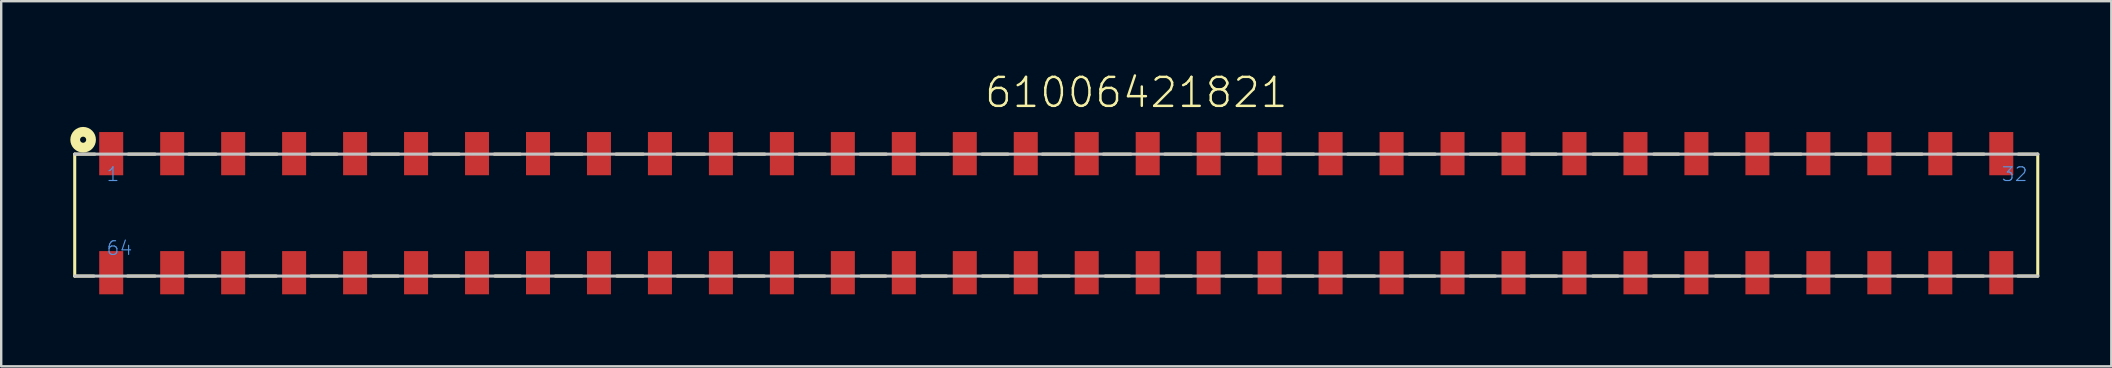
<source format=kicad_pcb>
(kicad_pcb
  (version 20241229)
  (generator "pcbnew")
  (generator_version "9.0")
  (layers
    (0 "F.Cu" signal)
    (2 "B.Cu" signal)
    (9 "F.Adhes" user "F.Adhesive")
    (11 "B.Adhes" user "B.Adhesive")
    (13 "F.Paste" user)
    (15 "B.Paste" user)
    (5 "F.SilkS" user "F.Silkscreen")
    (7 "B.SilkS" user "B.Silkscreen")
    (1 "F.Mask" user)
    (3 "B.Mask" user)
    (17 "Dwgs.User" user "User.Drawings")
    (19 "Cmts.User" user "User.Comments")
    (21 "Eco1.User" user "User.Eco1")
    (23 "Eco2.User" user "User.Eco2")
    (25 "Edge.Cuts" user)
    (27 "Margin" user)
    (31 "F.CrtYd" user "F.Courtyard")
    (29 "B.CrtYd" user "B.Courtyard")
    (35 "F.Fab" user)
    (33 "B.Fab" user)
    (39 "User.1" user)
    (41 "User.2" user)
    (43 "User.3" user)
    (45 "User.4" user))
  (footprint "61006421821"
    (layer "F.Cu")
    (at 40.953 5.831)
    (property "Reference" "61006421821" (at -3.05 -4.32 0) (layer "F.SilkS") (effects (font (size 1.206 1.206) (thickness 0.102)) (justify left bottom)))
    (attr through_hole)
    (fp_line (start -40.89 -2.46) (end -40.89 2.62) (stroke (width 0.127) (type solid)) (layer "F.SilkS"))
    (fp_line (start -40.09 2.62) (end -40.89 2.62) (stroke (width 0.127) (type solid)) (layer "F.SilkS"))
    (fp_line (start -40.05 -2.46) (end -40.89 -2.46) (stroke (width 0.127) (type solid)) (layer "F.SilkS"))
    (fp_line (start -38.69 2.62) (end -37.54 2.62) (stroke (width 0.127) (type solid)) (layer "F.SilkS"))
    (fp_line (start -38.66 -2.46) (end -37.54 -2.46) (stroke (width 0.127) (type solid)) (layer "F.SilkS"))
    (fp_line (start -36.14 -2.46) (end -35 -2.46) (stroke (width 0.127) (type solid)) (layer "F.SilkS"))
    (fp_line (start -36.13 2.62) (end -35.01 2.62) (stroke (width 0.127) (type solid)) (layer "F.SilkS"))
    (fp_line (start -33.6 2.62) (end -32.49 2.62) (stroke (width 0.127) (type solid)) (layer "F.SilkS"))
    (fp_line (start -33.57 -2.46) (end -32.46 -2.46) (stroke (width 0.127) (type solid)) (layer "F.SilkS"))
    (fp_line (start -31.05 2.62) (end -29.94 2.62) (stroke (width 0.127) (type solid)) (layer "F.SilkS"))
    (fp_line (start -31.01 -2.46) (end -29.96 -2.46) (stroke (width 0.127) (type solid)) (layer "F.SilkS"))
    (fp_line (start -28.52 -2.46) (end -27.39 -2.46) (stroke (width 0.127) (type solid)) (layer "F.SilkS"))
    (fp_line (start -28.47 2.62) (end -27.41 2.62) (stroke (width 0.127) (type solid)) (layer "F.SilkS"))
    (fp_line (start -25.96 -2.46) (end -24.87 -2.46) (stroke (width 0.127) (type solid)) (layer "F.SilkS"))
    (fp_line (start -25.94 2.62) (end -24.88 2.62) (stroke (width 0.127) (type solid)) (layer "F.SilkS"))
    (fp_line (start -23.41 -2.46) (end -22.33 -2.46) (stroke (width 0.127) (type solid)) (layer "F.SilkS"))
    (fp_line (start -23.38 2.62) (end -22.32 2.62) (stroke (width 0.127) (type solid)) (layer "F.SilkS"))
    (fp_line (start -20.88 -2.46) (end -19.75 -2.46) (stroke (width 0.127) (type solid)) (layer "F.SilkS"))
    (fp_line (start -20.87 2.62) (end -19.76 2.62) (stroke (width 0.127) (type solid)) (layer "F.SilkS"))
    (fp_line (start -18.34 -2.46) (end -17.2 -2.46) (stroke (width 0.127) (type solid)) (layer "F.SilkS"))
    (fp_line (start -18.31 2.62) (end -17.21 2.62) (stroke (width 0.127) (type solid)) (layer "F.SilkS"))
    (fp_line (start -15.81 -2.46) (end -14.65 -2.46) (stroke (width 0.127) (type solid)) (layer "F.SilkS"))
    (fp_line (start -15.79 2.62) (end -14.68 2.62) (stroke (width 0.127) (type solid)) (layer "F.SilkS"))
    (fp_line (start -13.25 -2.46) (end -12.14 -2.46) (stroke (width 0.127) (type solid)) (layer "F.SilkS"))
    (fp_line (start -13.24 2.62) (end -12.16 2.62) (stroke (width 0.127) (type solid)) (layer "F.SilkS"))
    (fp_line (start -10.72 -2.46) (end -9.61 -2.46) (stroke (width 0.127) (type solid)) (layer "F.SilkS"))
    (fp_line (start -10.69 2.62) (end -9.64 2.62) (stroke (width 0.127) (type solid)) (layer "F.SilkS"))
    (fp_line (start -8.17 -2.46) (end -7.08 -2.46) (stroke (width 0.127) (type solid)) (layer "F.SilkS"))
    (fp_line (start -8.14 2.62) (end -7.1 2.62) (stroke (width 0.127) (type solid)) (layer "F.SilkS"))
    (fp_line (start -5.64 -2.46) (end -4.49 -2.46) (stroke (width 0.127) (type solid)) (layer "F.SilkS"))
    (fp_line (start -5.59 2.62) (end -4.57 2.62) (stroke (width 0.127) (type solid)) (layer "F.SilkS"))
    (fp_line (start -3.09 -2.46) (end -2.01 -2.46) (stroke (width 0.127) (type solid)) (layer "F.SilkS"))
    (fp_line (start -3.08 2.62) (end -1.99 2.62) (stroke (width 0.127) (type solid)) (layer "F.SilkS"))
    (fp_line (start -0.58 -2.46) (end 0.57 -2.46) (stroke (width 0.127) (type solid)) (layer "F.SilkS"))
    (fp_line (start -0.56 2.62) (end 0.55 2.62) (stroke (width 0.127) (type solid)) (layer "F.SilkS"))
    (fp_line (start 1.96 -2.46) (end 3.11 -2.46) (stroke (width 0.127) (type solid)) (layer "F.SilkS"))
    (fp_line (start 2.04 2.62) (end 3.06 2.62) (stroke (width 0.127) (type solid)) (layer "F.SilkS"))
    (fp_line (start 4.52 -2.46) (end 5.63 -2.46) (stroke (width 0.127) (type solid)) (layer "F.SilkS"))
    (fp_line (start 4.57 2.62) (end 5.64 2.62) (stroke (width 0.127) (type solid)) (layer "F.SilkS"))
    (fp_line (start 7.06 -2.46) (end 8.2 -2.46) (stroke (width 0.127) (type solid)) (layer "F.SilkS"))
    (fp_line (start 7.06 2.62) (end 8.15 2.62) (stroke (width 0.127) (type solid)) (layer "F.SilkS"))
    (fp_line (start 9.6 -2.46) (end 10.73 -2.46) (stroke (width 0.127) (type solid)) (layer "F.SilkS"))
    (fp_line (start 9.62 2.62) (end 10.71 2.62) (stroke (width 0.127) (type solid)) (layer "F.SilkS"))
    (fp_line (start 12.13 2.62) (end 13.27 2.62) (stroke (width 0.127) (type solid)) (layer "F.SilkS"))
    (fp_line (start 12.14 -2.46) (end 13.28 -2.46) (stroke (width 0.127) (type solid)) (layer "F.SilkS"))
    (fp_line (start 14.7 -2.46) (end 15.79 -2.46) (stroke (width 0.127) (type solid)) (layer "F.SilkS"))
    (fp_line (start 14.73 2.62) (end 15.78 2.62) (stroke (width 0.127) (type solid)) (layer "F.SilkS"))
    (fp_line (start 17.24 -2.46) (end 18.35 -2.46) (stroke (width 0.127) (type solid)) (layer "F.SilkS"))
    (fp_line (start 17.24 2.62) (end 18.3 2.62) (stroke (width 0.127) (type solid)) (layer "F.SilkS"))
    (fp_line (start 19.77 2.62) (end 20.85 2.62) (stroke (width 0.127) (type solid)) (layer "F.SilkS"))
    (fp_line (start 19.78 -2.46) (end 20.83 -2.46) (stroke (width 0.127) (type solid)) (layer "F.SilkS"))
    (fp_line (start 22.35 2.62) (end 23.4 2.62) (stroke (width 0.127) (type solid)) (layer "F.SilkS"))
    (fp_line (start 22.36 -2.46) (end 23.39 -2.46) (stroke (width 0.127) (type solid)) (layer "F.SilkS"))
    (fp_line (start 24.87 2.62) (end 25.94 2.62) (stroke (width 0.127) (type solid)) (layer "F.SilkS"))
    (fp_line (start 24.89 -2.46) (end 25.93 -2.46) (stroke (width 0.127) (type solid)) (layer "F.SilkS"))
    (fp_line (start 27.42 -2.46) (end 28.46 -2.46) (stroke (width 0.127) (type solid)) (layer "F.SilkS"))
    (fp_line (start 27.46 2.62) (end 28.49 2.62) (stroke (width 0.127) (type solid)) (layer "F.SilkS"))
    (fp_line (start 29.92 -2.46) (end 31.03 -2.46) (stroke (width 0.127) (type solid)) (layer "F.SilkS"))
    (fp_line (start 29.93 2.62) (end 31.02 2.62) (stroke (width 0.127) (type solid)) (layer "F.SilkS"))
    (fp_line (start 32.46 -2.46) (end 33.53 -2.46) (stroke (width 0.127) (type solid)) (layer "F.SilkS"))
    (fp_line (start 32.48 2.62) (end 33.57 2.62) (stroke (width 0.127) (type solid)) (layer "F.SilkS"))
    (fp_line (start 35.01 -2.46) (end 36.07 -2.46) (stroke (width 0.127) (type solid)) (layer "F.SilkS"))
    (fp_line (start 35.04 2.62) (end 36.12 2.62) (stroke (width 0.127) (type solid)) (layer "F.SilkS"))
    (fp_line (start 37.53 2.62) (end 38.63 2.62) (stroke (width 0.127) (type solid)) (layer "F.SilkS"))
    (fp_line (start 37.54 -2.46) (end 38.65 -2.46) (stroke (width 0.127) (type solid)) (layer "F.SilkS"))
    (fp_line (start 40.06 2.62) (end 40.89 2.62) (stroke (width 0.127) (type solid)) (layer "F.SilkS"))
    (fp_line (start 40.08 -2.46) (end 40.89 -2.46) (stroke (width 0.127) (type solid)) (layer "F.SilkS"))
    (fp_line (start 40.89 -2.46) (end 40.89 2.62) (stroke (width 0.127) (type solid)) (layer "F.SilkS"))
    (fp_circle (center -40.54 -3.06) (end -40.413 -3.06) (stroke (width 0.406) (type solid)) (fill no) (layer "F.SilkS"))
    (fp_line (start -40.89 2.62) (end 40.89 2.62) (stroke (width 0.127) (type solid)) (layer "Dwgs.User"))
    (fp_line (start 40.89 -2.46) (end -40.89 -2.46) (stroke (width 0.127) (type solid)) (layer "Dwgs.User"))
    (fp_text user "32" (at 39.35 -1.29 0) (layer "Cmts.User") (effects (font (size 0.57 0.57) (thickness 0.048)) (justify left bottom)))
    (fp_text user "1" (at -39.6 -1.29 0) (layer "Cmts.User") (effects (font (size 0.57 0.57) (thickness 0.048)) (justify left bottom)))
    (fp_text user "64" (at -39.6 1.79 0) (layer "Cmts.User") (effects (font (size 0.57 0.57) (thickness 0.048)) (justify left bottom)))
    (pad "1" smd rect (at -39.37 -2.48 90) (size 1.8 1) (layers "F.Cu" "F.Mask" "F.Paste"))
    (pad "2" smd rect (at -36.83 -2.48 90) (size 1.8 1) (layers "F.Cu" "F.Mask" "F.Paste"))
    (pad "3" smd rect (at -34.29 -2.48 90) (size 1.8 1) (layers "F.Cu" "F.Mask" "F.Paste"))
    (pad "4" smd rect (at -31.75 -2.48 90) (size 1.8 1) (layers "F.Cu" "F.Mask" "F.Paste"))
    (pad "5" smd rect (at -29.21 -2.48 90) (size 1.8 1) (layers "F.Cu" "F.Mask" "F.Paste"))
    (pad "6" smd rect (at -26.67 -2.48 90) (size 1.8 1) (layers "F.Cu" "F.Mask" "F.Paste"))
    (pad "7" smd rect (at -24.13 -2.48 90) (size 1.8 1) (layers "F.Cu" "F.Mask" "F.Paste"))
    (pad "8" smd rect (at -21.59 -2.48 90) (size 1.8 1) (layers "F.Cu" "F.Mask" "F.Paste"))
    (pad "9" smd rect (at -19.05 -2.48 90) (size 1.8 1) (layers "F.Cu" "F.Mask" "F.Paste"))
    (pad "10" smd rect (at -16.51 -2.48 90) (size 1.8 1) (layers "F.Cu" "F.Mask" "F.Paste"))
    (pad "11" smd rect (at -13.97 -2.48 90) (size 1.8 1) (layers "F.Cu" "F.Mask" "F.Paste"))
    (pad "12" smd rect (at -11.43 -2.48 90) (size 1.8 1) (layers "F.Cu" "F.Mask" "F.Paste"))
    (pad "13" smd rect (at -8.89 -2.48 90) (size 1.8 1) (layers "F.Cu" "F.Mask" "F.Paste"))
    (pad "14" smd rect (at -6.35 -2.48 90) (size 1.8 1) (layers "F.Cu" "F.Mask" "F.Paste"))
    (pad "15" smd rect (at -3.81 -2.48 90) (size 1.8 1) (layers "F.Cu" "F.Mask" "F.Paste"))
    (pad "16" smd rect (at -1.27 -2.48 90) (size 1.8 1) (layers "F.Cu" "F.Mask" "F.Paste"))
    (pad "17" smd rect (at 1.27 -2.48 90) (size 1.8 1) (layers "F.Cu" "F.Mask" "F.Paste"))
    (pad "18" smd rect (at 3.81 -2.48 90) (size 1.8 1) (layers "F.Cu" "F.Mask" "F.Paste"))
    (pad "19" smd rect (at 6.35 -2.48 90) (size 1.8 1) (layers "F.Cu" "F.Mask" "F.Paste"))
    (pad "20" smd rect (at 8.89 -2.48 90) (size 1.8 1) (layers "F.Cu" "F.Mask" "F.Paste"))
    (pad "21" smd rect (at 11.43 -2.48 90) (size 1.8 1) (layers "F.Cu" "F.Mask" "F.Paste"))
    (pad "22" smd rect (at 13.97 -2.48 90) (size 1.8 1) (layers "F.Cu" "F.Mask" "F.Paste"))
    (pad "23" smd rect (at 16.51 -2.48 90) (size 1.8 1) (layers "F.Cu" "F.Mask" "F.Paste"))
    (pad "24" smd rect (at 19.05 -2.48 90) (size 1.8 1) (layers "F.Cu" "F.Mask" "F.Paste"))
    (pad "25" smd rect (at 21.59 -2.48 90) (size 1.8 1) (layers "F.Cu" "F.Mask" "F.Paste"))
    (pad "26" smd rect (at 24.13 -2.48 90) (size 1.8 1) (layers "F.Cu" "F.Mask" "F.Paste"))
    (pad "27" smd rect (at 26.67 -2.48 90) (size 1.8 1) (layers "F.Cu" "F.Mask" "F.Paste"))
    (pad "28" smd rect (at 29.21 -2.48 90) (size 1.8 1) (layers "F.Cu" "F.Mask" "F.Paste"))
    (pad "29" smd rect (at 31.75 -2.48 90) (size 1.8 1) (layers "F.Cu" "F.Mask" "F.Paste"))
    (pad "30" smd rect (at 34.29 -2.48 90) (size 1.8 1) (layers "F.Cu" "F.Mask" "F.Paste"))
    (pad "31" smd rect (at 36.83 -2.48 90) (size 1.8 1) (layers "F.Cu" "F.Mask" "F.Paste"))
    (pad "32" smd rect (at 39.37 -2.48 90) (size 1.8 1) (layers "F.Cu" "F.Mask" "F.Paste"))
    (pad "33" smd rect (at 39.37 2.48 270) (size 1.8 1) (layers "F.Cu" "F.Mask" "F.Paste"))
    (pad "34" smd rect (at 36.83 2.48 270) (size 1.8 1) (layers "F.Cu" "F.Mask" "F.Paste"))
    (pad "35" smd rect (at 34.29 2.48 270) (size 1.8 1) (layers "F.Cu" "F.Mask" "F.Paste"))
    (pad "36" smd rect (at 31.75 2.48 270) (size 1.8 1) (layers "F.Cu" "F.Mask" "F.Paste"))
    (pad "37" smd rect (at 29.21 2.48 90) (size 1.8 1) (layers "F.Cu" "F.Mask" "F.Paste"))
    (pad "38" smd rect (at 26.67 2.48 90) (size 1.8 1) (layers "F.Cu" "F.Mask" "F.Paste"))
    (pad "39" smd rect (at 24.13 2.48 90) (size 1.8 1) (layers "F.Cu" "F.Mask" "F.Paste"))
    (pad "40" smd rect (at 21.59 2.48 90) (size 1.8 1) (layers "F.Cu" "F.Mask" "F.Paste"))
    (pad "41" smd rect (at 19.05 2.48 90) (size 1.8 1) (layers "F.Cu" "F.Mask" "F.Paste"))
    (pad "42" smd rect (at 16.51 2.48 90) (size 1.8 1) (layers "F.Cu" "F.Mask" "F.Paste"))
    (pad "43" smd rect (at 13.97 2.48 90) (size 1.8 1) (layers "F.Cu" "F.Mask" "F.Paste"))
    (pad "44" smd rect (at 11.43 2.48 90) (size 1.8 1) (layers "F.Cu" "F.Mask" "F.Paste"))
    (pad "45" smd rect (at 8.89 2.48 90) (size 1.8 1) (layers "F.Cu" "F.Mask" "F.Paste"))
    (pad "46" smd rect (at 6.35 2.48 90) (size 1.8 1) (layers "F.Cu" "F.Mask" "F.Paste"))
    (pad "47" smd rect (at 3.81 2.48 90) (size 1.8 1) (layers "F.Cu" "F.Mask" "F.Paste"))
    (pad "48" smd rect (at 1.27 2.48 90) (size 1.8 1) (layers "F.Cu" "F.Mask" "F.Paste"))
    (pad "49" smd rect (at -1.27 2.48 90) (size 1.8 1) (layers "F.Cu" "F.Mask" "F.Paste"))
    (pad "50" smd rect (at -3.81 2.48 90) (size 1.8 1) (layers "F.Cu" "F.Mask" "F.Paste"))
    (pad "51" smd rect (at -6.35 2.48 90) (size 1.8 1) (layers "F.Cu" "F.Mask" "F.Paste"))
    (pad "52" smd rect (at -8.89 2.48 90) (size 1.8 1) (layers "F.Cu" "F.Mask" "F.Paste"))
    (pad "53" smd rect (at -11.43 2.48 90) (size 1.8 1) (layers "F.Cu" "F.Mask" "F.Paste"))
    (pad "54" smd rect (at -13.97 2.48 90) (size 1.8 1) (layers "F.Cu" "F.Mask" "F.Paste"))
    (pad "55" smd rect (at -16.51 2.48 90) (size 1.8 1) (layers "F.Cu" "F.Mask" "F.Paste"))
    (pad "56" smd rect (at -19.05 2.48 90) (size 1.8 1) (layers "F.Cu" "F.Mask" "F.Paste"))
    (pad "57" smd rect (at -21.59 2.48 90) (size 1.8 1) (layers "F.Cu" "F.Mask" "F.Paste"))
    (pad "58" smd rect (at -24.13 2.48 90) (size 1.8 1) (layers "F.Cu" "F.Mask" "F.Paste"))
    (pad "59" smd rect (at -26.67 2.48 90) (size 1.8 1) (layers "F.Cu" "F.Mask" "F.Paste"))
    (pad "60" smd rect (at -29.21 2.48 90) (size 1.8 1) (layers "F.Cu" "F.Mask" "F.Paste"))
    (pad "61" smd rect (at -31.75 2.48 90) (size 1.8 1) (layers "F.Cu" "F.Mask" "F.Paste"))
    (pad "62" smd rect (at -34.29 2.48 90) (size 1.8 1) (layers "F.Cu" "F.Mask" "F.Paste"))
    (pad "63" smd rect (at -36.83 2.48 90) (size 1.8 1) (layers "F.Cu" "F.Mask" "F.Paste"))
    (pad "64" smd rect (at -39.37 2.48 90) (size 1.8 1) (layers "F.Cu" "F.Mask" "F.Paste")))
  (gr_rect
    (start -3 -3)
    (end 84.907 12.211)
    (stroke (width 0.1) (type default))
    (fill no)
    (layer "Edge.Cuts")))
</source>
